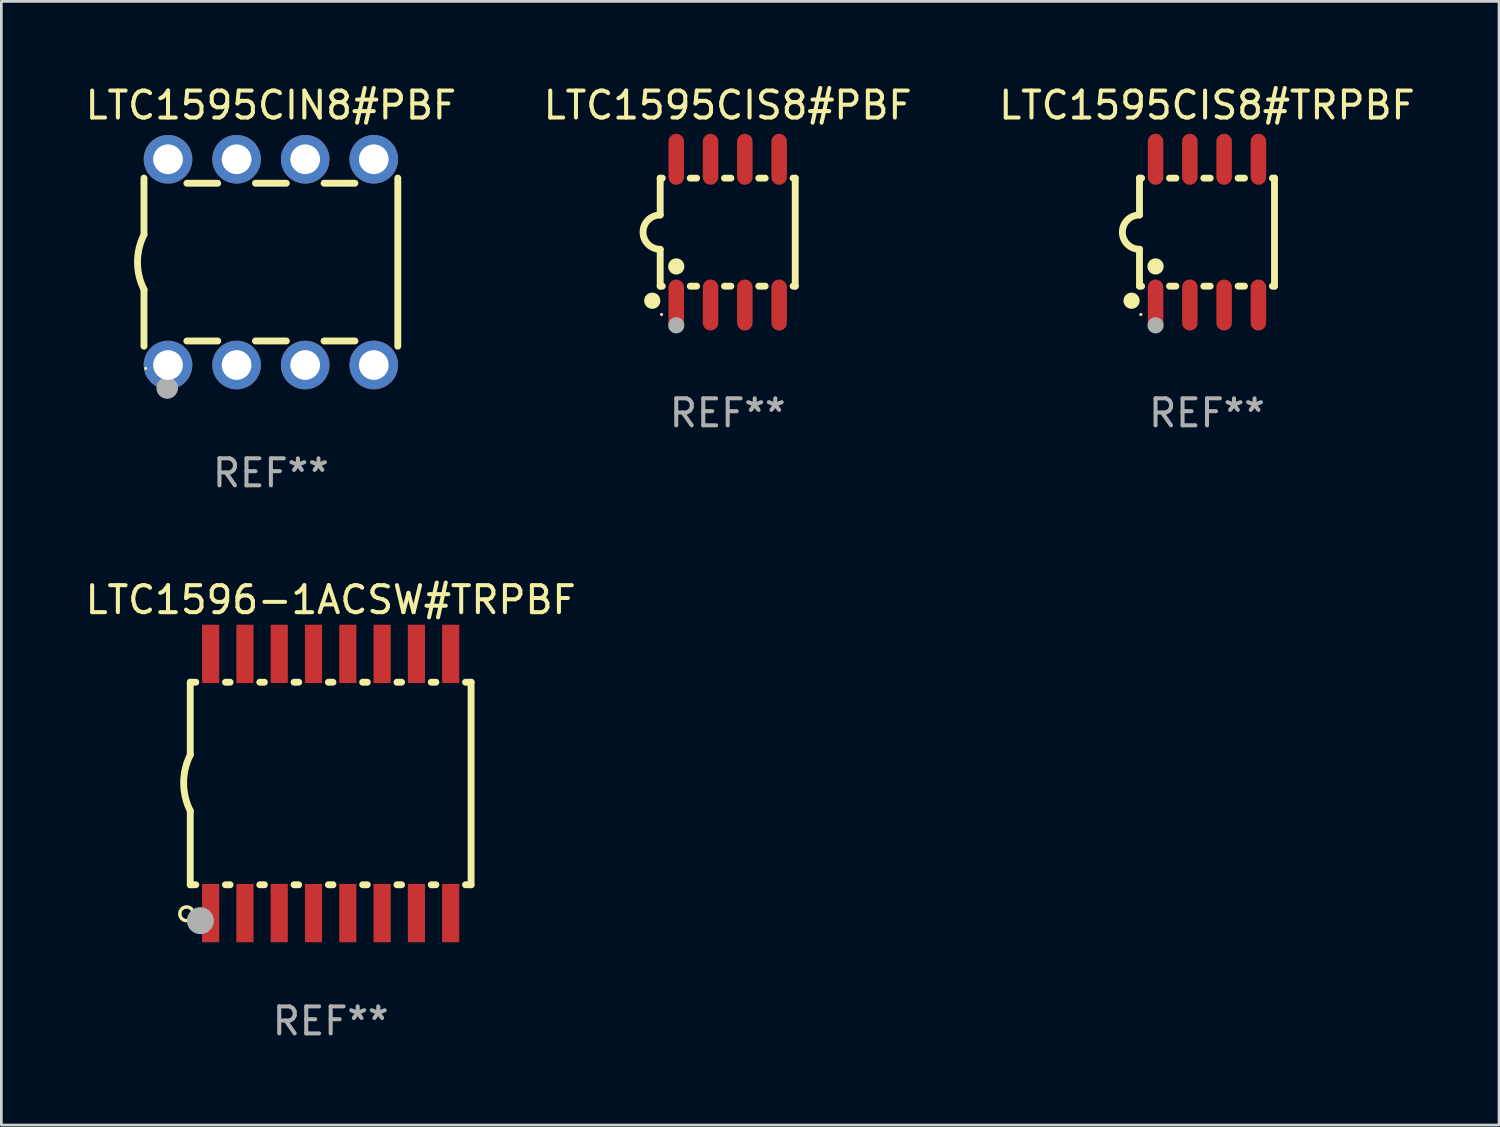
<source format=kicad_pcb>
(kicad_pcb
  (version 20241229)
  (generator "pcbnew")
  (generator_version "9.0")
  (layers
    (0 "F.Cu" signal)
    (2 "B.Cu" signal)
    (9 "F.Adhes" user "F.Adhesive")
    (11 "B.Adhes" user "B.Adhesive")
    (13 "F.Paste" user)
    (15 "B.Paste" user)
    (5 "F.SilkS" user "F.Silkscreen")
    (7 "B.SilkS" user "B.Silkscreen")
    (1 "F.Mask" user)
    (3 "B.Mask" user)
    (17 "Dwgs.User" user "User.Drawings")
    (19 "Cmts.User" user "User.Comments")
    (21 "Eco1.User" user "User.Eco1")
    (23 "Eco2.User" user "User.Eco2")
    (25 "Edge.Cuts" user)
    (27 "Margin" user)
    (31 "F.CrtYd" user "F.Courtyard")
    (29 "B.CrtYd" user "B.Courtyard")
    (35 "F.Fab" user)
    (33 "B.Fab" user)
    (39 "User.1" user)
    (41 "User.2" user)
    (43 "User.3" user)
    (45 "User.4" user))
  (footprint "LTC1595CIS8#TRPBF"
    (layer "F.Cu")
    (at 41.649 5.547)
    (property "Reference" "LTC1595CIS8#TRPBF" (at 0 -4.699 0) (layer "F.SilkS") (effects (font (size 1 1) (thickness 0.15))))
    (attr through_hole)
    (fp_line (start -2.5 -2) (end -2.5 -0.635) (stroke (width 0.254) (type solid)) (layer "F.SilkS"))
    (fp_line (start -2.5 -2) (end -2.421 -2) (stroke (width 0.254) (type solid)) (layer "F.SilkS"))
    (fp_line (start -2.5 2) (end -2.5 0.635) (stroke (width 0.254) (type solid)) (layer "F.SilkS"))
    (fp_line (start -2.5 2) (end -2.421 2) (stroke (width 0.254) (type solid)) (layer "F.SilkS"))
    (fp_line (start -1.389 -2) (end -1.151 -2) (stroke (width 0.254) (type solid)) (layer "F.SilkS"))
    (fp_line (start -1.389 2) (end -1.151 2) (stroke (width 0.254) (type solid)) (layer "F.SilkS"))
    (fp_line (start -0.119 -2) (end 0.119 -2) (stroke (width 0.254) (type solid)) (layer "F.SilkS"))
    (fp_line (start -0.119 2) (end 0.119 2) (stroke (width 0.254) (type solid)) (layer "F.SilkS"))
    (fp_line (start 1.151 -2) (end 1.389 -2) (stroke (width 0.254) (type solid)) (layer "F.SilkS"))
    (fp_line (start 1.151 2) (end 1.389 2) (stroke (width 0.254) (type solid)) (layer "F.SilkS"))
    (fp_line (start 2.421 -2) (end 2.5 -2) (stroke (width 0.254) (type solid)) (layer "F.SilkS"))
    (fp_line (start 2.421 2) (end 2.5 2) (stroke (width 0.254) (type solid)) (layer "F.SilkS"))
    (fp_line (start 2.5 -2) (end 2.5 2) (stroke (width 0.254) (type solid)) (layer "F.SilkS"))
    (fp_arc (start -2.5 0.635001) (mid -3.134366 -0.000318) (end -2.499365 -0.635001) (stroke (width 0.254001) (type solid)) (layer "F.SilkS"))
    (fp_circle (center -2.794 2.54) (end -2.644 2.54) (stroke (width 0.3) (type solid)) (fill no) (layer "F.SilkS"))
    (fp_circle (center -2.45 3.05) (end -2.42 3.05) (stroke (width 0.06) (type solid)) (fill no) (layer "F.SilkS"))
    (fp_circle (center -1.905 1.27) (end -1.755 1.27) (stroke (width 0.3) (type solid)) (fill no) (layer "F.SilkS"))
    (fp_circle (center -1.905 3.45) (end -1.755 3.45) (stroke (width 0.3) (type solid)) (fill no) (layer "F.Fab"))
    (fp_text user "REF**" (at 0 6.699 0) (layer "F.Fab") (effects (font (size 1 1) (thickness 0.15))))
    (pad "1" smd oval (at -1.905 2.699) (size 0.574 1.888) (layers "F.Cu" "F.Mask" "F.Paste"))
    (pad "2" smd oval (at -0.635 2.699) (size 0.574 1.888) (layers "F.Cu" "F.Mask" "F.Paste"))
    (pad "3" smd oval (at 0.635 2.699) (size 0.574 1.888) (layers "F.Cu" "F.Mask" "F.Paste"))
    (pad "4" smd oval (at 1.905 2.699) (size 0.574 1.888) (layers "F.Cu" "F.Mask" "F.Paste"))
    (pad "5" smd oval (at 1.905 -2.699) (size 0.574 1.888) (layers "F.Cu" "F.Mask" "F.Paste"))
    (pad "6" smd oval (at 0.635 -2.699) (size 0.574 1.888) (layers "F.Cu" "F.Mask" "F.Paste"))
    (pad "7" smd oval (at -0.635 -2.699) (size 0.574 1.888) (layers "F.Cu" "F.Mask" "F.Paste"))
    (pad "8" smd oval (at -1.905 -2.699) (size 0.574 1.888) (layers "F.Cu" "F.Mask" "F.Paste")))
  (footprint "LTC1595CIS8#PBF"
    (layer "F.Cu")
    (at 23.899 5.547)
    (property "Reference" "LTC1595CIS8#PBF" (at 0 -4.699 0) (layer "F.SilkS") (effects (font (size 1 1) (thickness 0.15))))
    (attr through_hole)
    (fp_line (start -2.5 -2) (end -2.5 -0.635) (stroke (width 0.254) (type solid)) (layer "F.SilkS"))
    (fp_line (start -2.5 -2) (end -2.421 -2) (stroke (width 0.254) (type solid)) (layer "F.SilkS"))
    (fp_line (start -2.5 2) (end -2.5 0.635) (stroke (width 0.254) (type solid)) (layer "F.SilkS"))
    (fp_line (start -2.5 2) (end -2.421 2) (stroke (width 0.254) (type solid)) (layer "F.SilkS"))
    (fp_line (start -1.389 -2) (end -1.151 -2) (stroke (width 0.254) (type solid)) (layer "F.SilkS"))
    (fp_line (start -1.389 2) (end -1.151 2) (stroke (width 0.254) (type solid)) (layer "F.SilkS"))
    (fp_line (start -0.119 -2) (end 0.119 -2) (stroke (width 0.254) (type solid)) (layer "F.SilkS"))
    (fp_line (start -0.119 2) (end 0.119 2) (stroke (width 0.254) (type solid)) (layer "F.SilkS"))
    (fp_line (start 1.151 -2) (end 1.389 -2) (stroke (width 0.254) (type solid)) (layer "F.SilkS"))
    (fp_line (start 1.151 2) (end 1.389 2) (stroke (width 0.254) (type solid)) (layer "F.SilkS"))
    (fp_line (start 2.421 -2) (end 2.5 -2) (stroke (width 0.254) (type solid)) (layer "F.SilkS"))
    (fp_line (start 2.421 2) (end 2.5 2) (stroke (width 0.254) (type solid)) (layer "F.SilkS"))
    (fp_line (start 2.5 -2) (end 2.5 2) (stroke (width 0.254) (type solid)) (layer "F.SilkS"))
    (fp_arc (start -2.5 0.635001) (mid -3.134366 -0.000318) (end -2.499365 -0.635001) (stroke (width 0.254001) (type solid)) (layer "F.SilkS"))
    (fp_circle (center -2.794 2.54) (end -2.644 2.54) (stroke (width 0.3) (type solid)) (fill no) (layer "F.SilkS"))
    (fp_circle (center -2.45 3.05) (end -2.42 3.05) (stroke (width 0.06) (type solid)) (fill no) (layer "F.SilkS"))
    (fp_circle (center -1.905 1.27) (end -1.755 1.27) (stroke (width 0.3) (type solid)) (fill no) (layer "F.SilkS"))
    (fp_circle (center -1.905 3.45) (end -1.755 3.45) (stroke (width 0.3) (type solid)) (fill no) (layer "F.Fab"))
    (fp_text user "REF**" (at 0 6.699 0) (layer "F.Fab") (effects (font (size 1 1) (thickness 0.15))))
    (pad "1" smd oval (at -1.905 2.699) (size 0.574 1.888) (layers "F.Cu" "F.Mask" "F.Paste"))
    (pad "2" smd oval (at -0.635 2.699) (size 0.574 1.888) (layers "F.Cu" "F.Mask" "F.Paste"))
    (pad "3" smd oval (at 0.635 2.699) (size 0.574 1.888) (layers "F.Cu" "F.Mask" "F.Paste"))
    (pad "4" smd oval (at 1.905 2.699) (size 0.574 1.888) (layers "F.Cu" "F.Mask" "F.Paste"))
    (pad "5" smd oval (at 1.905 -2.699) (size 0.574 1.888) (layers "F.Cu" "F.Mask" "F.Paste"))
    (pad "6" smd oval (at 0.635 -2.699) (size 0.574 1.888) (layers "F.Cu" "F.Mask" "F.Paste"))
    (pad "7" smd oval (at -0.635 -2.699) (size 0.574 1.888) (layers "F.Cu" "F.Mask" "F.Paste"))
    (pad "8" smd oval (at -1.905 -2.699) (size 0.574 1.888) (layers "F.Cu" "F.Mask" "F.Paste")))
  (footprint "LTC1595CIN8#PBF"
    (layer "F.Cu")
    (at 6.982 6.658)
    (property "Reference" "LTC1595CIN8#PBF" (at 0 -5.81 0) (layer "F.SilkS") (effects (font (size 1 1) (thickness 0.15))))
    (attr through_hole)
    (fp_line (start -4.7 -1.017) (end -4.7 -3.113) (stroke (width 0.254) (type solid)) (layer "F.SilkS"))
    (fp_line (start -4.7 1.015) (end -4.7 3.113) (stroke (width 0.254) (type solid)) (layer "F.SilkS"))
    (fp_line (start -3.113 2.92) (end -1.967 2.92) (stroke (width 0.254) (type solid)) (layer "F.SilkS"))
    (fp_line (start -3.111 -2.922) (end -1.969 -2.922) (stroke (width 0.254) (type solid)) (layer "F.SilkS"))
    (fp_line (start -0.573 2.92) (end 0.573 2.92) (stroke (width 0.254) (type solid)) (layer "F.SilkS"))
    (fp_line (start -0.571 -2.922) (end 0.571 -2.922) (stroke (width 0.254) (type solid)) (layer "F.SilkS"))
    (fp_line (start 1.967 2.92) (end 3.113 2.92) (stroke (width 0.254) (type solid)) (layer "F.SilkS"))
    (fp_line (start 1.969 -2.922) (end 3.111 -2.922) (stroke (width 0.254) (type solid)) (layer "F.SilkS"))
    (fp_line (start 4.7 -3.113) (end 4.7 3.113) (stroke (width 0.254) (type solid)) (layer "F.SilkS"))
    (fp_arc (start -4.7 1.01524) (mid -4.939846 -0.000762) (end -4.7 -1.016764) (stroke (width 0.254001) (type solid)) (layer "F.SilkS"))
    (fp_circle (center -4.636 3.935) (end -4.606 3.935) (stroke (width 0.06) (type solid)) (fill no) (layer "F.SilkS"))
    (fp_circle (center -3.84 4.66) (end -3.64 4.66) (stroke (width 0.4) (type solid)) (fill no) (layer "F.Fab"))
    (fp_text user "REF**" (at 0 7.81 0) (layer "F.Fab") (effects (font (size 1 1) (thickness 0.15))))
    (pad "1" thru_hole circle (at -3.81 3.81) (size 1.8 1.8) (drill 1.1) (layers "*.Cu" "*.Mask"))
    (pad "2" thru_hole circle (at -1.27 3.81) (size 1.8 1.8) (drill 1.1) (layers "*.Cu" "*.Mask"))
    (pad "3" thru_hole circle (at 1.27 3.81) (size 1.8 1.8) (drill 1.1) (layers "*.Cu" "*.Mask"))
    (pad "4" thru_hole circle (at 3.81 3.81) (size 1.8 1.8) (drill 1.1) (layers "*.Cu" "*.Mask"))
    (pad "5" thru_hole circle (at 3.81 -3.81) (size 1.8 1.8) (drill 1.1) (layers "*.Cu" "*.Mask"))
    (pad "6" thru_hole circle (at 1.27 -3.81) (size 1.8 1.8) (drill 1.1) (layers "*.Cu" "*.Mask"))
    (pad "7" thru_hole circle (at -1.27 -3.81) (size 1.8 1.8) (drill 1.1) (layers "*.Cu" "*.Mask"))
    (pad "8" thru_hole circle (at -3.81 -3.81) (size 1.8 1.8) (drill 1.1) (layers "*.Cu" "*.Mask")))
  (footprint "LTC1596-1ACSW#TRPBF"
    (layer "F.Cu")
    (at 9.196 25.965)
    (property "Reference" "LTC1596-1ACSW#TRPBF" (at 0 -6.8 0) (layer "F.SilkS") (effects (font (size 1 1) (thickness 0.15))))
    (attr through_hole)
    (fp_line (start -5.2 -3.75) (end -5.2 -1.06) (stroke (width 0.254) (type solid)) (layer "F.SilkS"))
    (fp_line (start -5.2 -3.75) (end -4.994 -3.75) (stroke (width 0.254) (type solid)) (layer "F.SilkS"))
    (fp_line (start -5.2 3.75) (end -5.2 1.016) (stroke (width 0.254) (type solid)) (layer "F.SilkS"))
    (fp_line (start -5.2 3.75) (end -4.994 3.75) (stroke (width 0.254) (type solid)) (layer "F.SilkS"))
    (fp_line (start -3.896 -3.75) (end -3.724 -3.75) (stroke (width 0.254) (type solid)) (layer "F.SilkS"))
    (fp_line (start -3.896 3.75) (end -3.724 3.75) (stroke (width 0.254) (type solid)) (layer "F.SilkS"))
    (fp_line (start -2.626 -3.75) (end -2.454 -3.75) (stroke (width 0.254) (type solid)) (layer "F.SilkS"))
    (fp_line (start -2.626 3.75) (end -2.454 3.75) (stroke (width 0.254) (type solid)) (layer "F.SilkS"))
    (fp_line (start -1.356 -3.75) (end -1.184 -3.75) (stroke (width 0.254) (type solid)) (layer "F.SilkS"))
    (fp_line (start -1.356 3.75) (end -1.184 3.75) (stroke (width 0.254) (type solid)) (layer "F.SilkS"))
    (fp_line (start -0.086 -3.75) (end 0.086 -3.75) (stroke (width 0.254) (type solid)) (layer "F.SilkS"))
    (fp_line (start -0.086 3.75) (end 0.086 3.75) (stroke (width 0.254) (type solid)) (layer "F.SilkS"))
    (fp_line (start 1.184 -3.75) (end 1.356 -3.75) (stroke (width 0.254) (type solid)) (layer "F.SilkS"))
    (fp_line (start 1.184 3.75) (end 1.356 3.75) (stroke (width 0.254) (type solid)) (layer "F.SilkS"))
    (fp_line (start 2.454 -3.75) (end 2.626 -3.75) (stroke (width 0.254) (type solid)) (layer "F.SilkS"))
    (fp_line (start 2.454 3.75) (end 2.626 3.75) (stroke (width 0.254) (type solid)) (layer "F.SilkS"))
    (fp_line (start 3.724 -3.75) (end 3.896 -3.75) (stroke (width 0.254) (type solid)) (layer "F.SilkS"))
    (fp_line (start 3.724 3.75) (end 3.896 3.75) (stroke (width 0.254) (type solid)) (layer "F.SilkS"))
    (fp_line (start 4.994 -3.75) (end 5.2 -3.75) (stroke (width 0.254) (type solid)) (layer "F.SilkS"))
    (fp_line (start 4.994 3.75) (end 5.2 3.75) (stroke (width 0.254) (type solid)) (layer "F.SilkS"))
    (fp_line (start 5.2 3.75) (end 5.2 -3.75) (stroke (width 0.254) (type solid)) (layer "F.SilkS"))
    (fp_arc (start -5.199391 1.016002) (mid -5.444637 -0.021925) (end -5.2 -1.059995) (stroke (width 0.254001) (type solid)) (layer "F.SilkS"))
    (fp_circle (center -5.334 4.826) (end -5.08 4.826) (stroke (width 0.127) (type solid)) (fill no) (layer "F.SilkS"))
    (fp_circle (center -5.15 5.15) (end -5.12 5.15) (stroke (width 0.06) (type solid)) (fill no) (layer "F.SilkS"))
    (fp_circle (center -4.826 5.08) (end -4.576 5.08) (stroke (width 0.5) (type solid)) (fill no) (layer "F.Fab"))
    (fp_text user "REF**" (at 0 8.8 0) (layer "F.Fab") (effects (font (size 1 1) (thickness 0.15))))
    (pad "1" smd rect (at -4.445 4.8) (size 0.635 2.16) (layers "F.Cu" "F.Mask" "F.Paste"))
    (pad "2" smd rect (at -3.175 4.8) (size 0.635 2.16) (layers "F.Cu" "F.Mask" "F.Paste"))
    (pad "3" smd rect (at -1.905 4.8) (size 0.635 2.16) (layers "F.Cu" "F.Mask" "F.Paste"))
    (pad "4" smd rect (at -0.635 4.8) (size 0.635 2.16) (layers "F.Cu" "F.Mask" "F.Paste"))
    (pad "5" smd rect (at 0.635 4.8) (size 0.635 2.16) (layers "F.Cu" "F.Mask" "F.Paste"))
    (pad "6" smd rect (at 1.905 4.8) (size 0.635 2.16) (layers "F.Cu" "F.Mask" "F.Paste"))
    (pad "7" smd rect (at 3.175 4.8) (size 0.635 2.16) (layers "F.Cu" "F.Mask" "F.Paste"))
    (pad "8" smd rect (at 4.445 4.8) (size 0.635 2.16) (layers "F.Cu" "F.Mask" "F.Paste"))
    (pad "9" smd rect (at 4.445 -4.8) (size 0.635 2.16) (layers "F.Cu" "F.Mask" "F.Paste"))
    (pad "10" smd rect (at 3.175 -4.8) (size 0.635 2.16) (layers "F.Cu" "F.Mask" "F.Paste"))
    (pad "11" smd rect (at 1.905 -4.8) (size 0.635 2.16) (layers "F.Cu" "F.Mask" "F.Paste"))
    (pad "12" smd rect (at 0.635 -4.8) (size 0.635 2.16) (layers "F.Cu" "F.Mask" "F.Paste"))
    (pad "13" smd rect (at -0.635 -4.8) (size 0.635 2.16) (layers "F.Cu" "F.Mask" "F.Paste"))
    (pad "14" smd rect (at -1.905 -4.8) (size 0.635 2.16) (layers "F.Cu" "F.Mask" "F.Paste"))
    (pad "15" smd rect (at -3.175 -4.8) (size 0.635 2.16) (layers "F.Cu" "F.Mask" "F.Paste"))
    (pad "16" smd rect (at -4.445 -4.8) (size 0.635 2.16) (layers "F.Cu" "F.Mask" "F.Paste")))
  (gr_rect
    (start -3 -3)
    (end 52.464 38.613)
    (stroke (width 0.1) (type default))
    (fill no)
    (layer "Edge.Cuts")))
</source>
